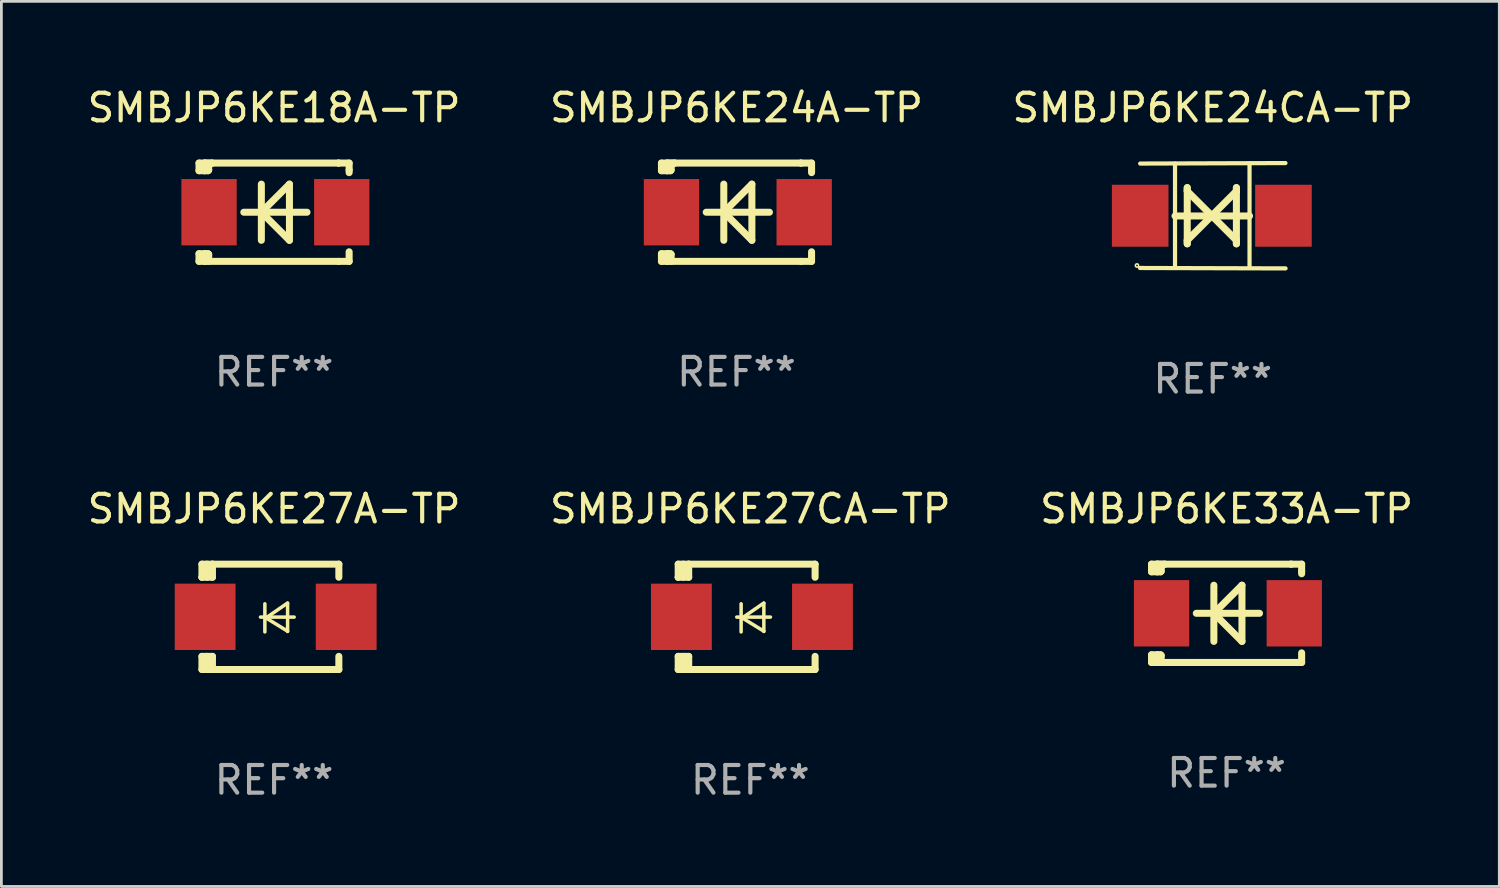
<source format=kicad_pcb>
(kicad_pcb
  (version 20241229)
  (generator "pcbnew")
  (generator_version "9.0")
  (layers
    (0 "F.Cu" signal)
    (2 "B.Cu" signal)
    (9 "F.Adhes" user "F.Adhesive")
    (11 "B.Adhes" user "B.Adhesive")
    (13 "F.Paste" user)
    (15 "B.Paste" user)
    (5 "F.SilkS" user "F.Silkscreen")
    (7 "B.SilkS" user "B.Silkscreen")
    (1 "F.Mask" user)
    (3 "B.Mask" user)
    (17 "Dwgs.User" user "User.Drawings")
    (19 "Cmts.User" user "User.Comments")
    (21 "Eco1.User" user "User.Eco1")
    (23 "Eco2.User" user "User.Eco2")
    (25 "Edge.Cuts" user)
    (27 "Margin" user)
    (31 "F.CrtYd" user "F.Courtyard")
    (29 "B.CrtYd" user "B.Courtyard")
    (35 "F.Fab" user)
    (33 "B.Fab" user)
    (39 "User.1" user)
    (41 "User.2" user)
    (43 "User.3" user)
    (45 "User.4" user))
  (footprint "SMBJP6KE24CA-TP"
    (layer "F.Cu")
    (at 40.815 4.753)
    (property "Reference" "SMBJP6KE24CA-TP" (at 0 -3.905 0) (layer "F.SilkS") (effects (font (size 1 1) (thickness 0.15))))
    (attr through_hole)
    (fp_line (start -1.365 1.886) (end -1.365 -1.886) (stroke (width 0.152) (type solid)) (layer "F.SilkS"))
    (fp_line (start -1.365 0.008) (end 1.33 0.008) (stroke (width 0.254) (type solid)) (layer "F.SilkS"))
    (fp_line (start -0.923 -1.016) (end -0.923 1.016) (stroke (width 0.254) (type solid)) (layer "F.SilkS"))
    (fp_line (start -0.923 -0.889) (end -0.923 -1.016) (stroke (width 0.254) (type solid)) (layer "F.SilkS"))
    (fp_line (start -0.923 0.889) (end -0.034 0) (stroke (width 0.254) (type solid)) (layer "F.SilkS"))
    (fp_line (start -0.923 1.016) (end -0.923 0.889) (stroke (width 0.254) (type solid)) (layer "F.SilkS"))
    (fp_line (start -0.034 0) (end -0.923 -0.889) (stroke (width 0.254) (type solid)) (layer "F.SilkS"))
    (fp_line (start -0.034 0) (end 0.855 0.889) (stroke (width 0.254) (type solid)) (layer "F.SilkS"))
    (fp_line (start 0.855 -1.016) (end 0.855 -0.889) (stroke (width 0.254) (type solid)) (layer "F.SilkS"))
    (fp_line (start 0.855 -0.889) (end -0.034 0) (stroke (width 0.254) (type solid)) (layer "F.SilkS"))
    (fp_line (start 0.855 0.889) (end 0.855 1.016) (stroke (width 0.254) (type solid)) (layer "F.SilkS"))
    (fp_line (start 0.855 1.016) (end 0.855 -1.016) (stroke (width 0.254) (type solid)) (layer "F.SilkS"))
    (fp_line (start 1.33 1.886) (end 1.33 -1.886) (stroke (width 0.152) (type solid)) (layer "F.SilkS"))
    (fp_line (start 2.629 -1.905) (end -2.625 -1.887) (stroke (width 0.152) (type solid)) (layer "F.SilkS"))
    (fp_line (start 2.633 1.905) (end -2.633 1.89) (stroke (width 0.152) (type solid)) (layer "F.SilkS"))
    (fp_circle (center -2.741 1.8) (end -2.712 1.8) (stroke (width 0.06) (type solid)) (fill no) (layer "F.SilkS"))
    (fp_text user "REF**" (at 0 5.905 0) (layer "F.Fab") (effects (font (size 1 1) (thickness 0.15))))
    (pad "1" smd rect (at -2.625 0) (size 2.047 2.241) (layers "F.Cu" "F.Mask" "F.Paste"))
    (pad "2" smd rect (at 2.557 0) (size 2.047 2.241) (layers "F.Cu" "F.Mask" "F.Paste")))
  (footprint "SMBJP6KE24A-TP"
    (layer "F.Cu")
    (at 23.589 4.626)
    (property "Reference" "SMBJP6KE24A-TP" (at 0 -3.778 0) (layer "F.SilkS") (effects (font (size 1 1) (thickness 0.15))))
    (attr through_hole)
    (fp_line (start -2.715 -1.778) (end -2.715 -1.501) (stroke (width 0.254) (type solid)) (layer "F.SilkS"))
    (fp_line (start -2.715 -1.501) (end -2.505 -1.501) (stroke (width 0.254) (type solid)) (layer "F.SilkS"))
    (fp_line (start -2.715 1.501) (end -2.715 1.778) (stroke (width 0.254) (type solid)) (layer "F.SilkS"))
    (fp_line (start -2.715 1.501) (end -2.505 1.501) (stroke (width 0.254) (type solid)) (layer "F.SilkS"))
    (fp_line (start -2.715 1.778) (end -2.504 1.778) (stroke (width 0.254) (type solid)) (layer "F.SilkS"))
    (fp_line (start -2.505 -1.778) (end -2.715 -1.778) (stroke (width 0.254) (type solid)) (layer "F.SilkS"))
    (fp_line (start -2.505 -1.778) (end -2.238 -1.778) (stroke (width 0.254) (type solid)) (layer "F.SilkS"))
    (fp_line (start -2.505 -1.501) (end -2.505 -1.651) (stroke (width 0.254) (type solid)) (layer "F.SilkS"))
    (fp_line (start -2.505 -1.501) (end -2.388 -1.501) (stroke (width 0.254) (type solid)) (layer "F.SilkS"))
    (fp_line (start -2.505 1.501) (end -2.505 1.778) (stroke (width 0.254) (type solid)) (layer "F.SilkS"))
    (fp_line (start -2.505 1.501) (end -2.388 1.501) (stroke (width 0.254) (type solid)) (layer "F.SilkS"))
    (fp_line (start -2.388 1.501) (end -2.365 1.524) (stroke (width 0.254) (type solid)) (layer "F.SilkS"))
    (fp_line (start -2.388 -1.501) (end -2.365 -1.524) (stroke (width 0.254) (type solid)) (layer "F.SilkS"))
    (fp_line (start -2.365 -1.651) (end -2.505 -1.778) (stroke (width 0.254) (type solid)) (layer "F.SilkS"))
    (fp_line (start -2.365 -1.524) (end -2.365 -1.651) (stroke (width 0.254) (type solid)) (layer "F.SilkS"))
    (fp_line (start -2.365 1.524) (end -2.365 1.778) (stroke (width 0.254) (type solid)) (layer "F.SilkS"))
    (fp_line (start -2.239 -1.778) (end 2.333 -1.778) (stroke (width 0.254) (type solid)) (layer "F.SilkS"))
    (fp_line (start -2.238 -1.778) (end -2.505 -1.778) (stroke (width 0.254) (type solid)) (layer "F.SilkS"))
    (fp_line (start -1.095 0) (end 1.191 0) (stroke (width 0.254) (type solid)) (layer "F.SilkS"))
    (fp_line (start -0.46 -1.016) (end -0.46 1.016) (stroke (width 0.254) (type solid)) (layer "F.SilkS"))
    (fp_line (start -0.46 -0.000127) (end 0.556 1.016) (stroke (width 0.254) (type solid)) (layer "F.SilkS"))
    (fp_line (start 0.556 -1.016) (end 0.556 1.016) (stroke (width 0.254) (type solid)) (layer "F.SilkS"))
    (fp_line (start 0.556 -1.016) (end -0.46 -0.000127) (stroke (width 0.254) (type solid)) (layer "F.SilkS"))
    (fp_line (start 2.333 -1.778) (end 2.333 -1.778) (stroke (width 0.254) (type solid)) (layer "F.SilkS"))
    (fp_line (start 2.333 -1.778) (end 2.715 -1.778) (stroke (width 0.254) (type solid)) (layer "F.SilkS"))
    (fp_line (start 2.334 1.778) (end -2.504 1.778) (stroke (width 0.254) (type solid)) (layer "F.SilkS"))
    (fp_line (start 2.715 -1.778) (end 2.715 -1.524) (stroke (width 0.254) (type solid)) (layer "F.SilkS"))
    (fp_line (start 2.715 -1.524) (end 2.715 -1.431) (stroke (width 0.254) (type solid)) (layer "F.SilkS"))
    (fp_line (start 2.715 1.431) (end 2.715 1.778) (stroke (width 0.254) (type solid)) (layer "F.SilkS"))
    (fp_line (start 2.715 1.778) (end 2.334 1.778) (stroke (width 0.254) (type solid)) (layer "F.SilkS"))
    (fp_circle (center -2.602 1.8) (end -2.572 1.8) (stroke (width 0.06) (type solid)) (fill no) (layer "F.SilkS"))
    (fp_text user "REF**" (at 0 5.778 0) (layer "F.Fab") (effects (font (size 1 1) (thickness 0.15))))
    (pad "1" smd rect (at -2.352 -0.000076) (size 2 2.4) (layers "F.Cu" "F.Mask" "F.Paste"))
    (pad "2" smd rect (at 2.448 -0.000076) (size 2 2.4) (layers "F.Cu" "F.Mask" "F.Paste")))
  (footprint "SMBJP6KE27A-TP"
    (layer "F.Cu")
    (at 6.863 19.26)
    (property "Reference" "SMBJP6KE27A-TP" (at 0 -3.905 0) (layer "F.SilkS") (effects (font (size 1 1) (thickness 0.15))))
    (attr through_hole)
    (fp_line (start -2.609 -1.905) (end -2.609 -1.431) (stroke (width 0.254) (type solid)) (layer "F.SilkS"))
    (fp_line (start -2.609 1.431) (end -2.609 1.905) (stroke (width 0.254) (type solid)) (layer "F.SilkS"))
    (fp_line (start -2.609 1.431) (end -2.229 1.431) (stroke (width 0.254) (type solid)) (layer "F.SilkS"))
    (fp_line (start -2.609 1.905) (end -2.229 1.905) (stroke (width 0.254) (type solid)) (layer "F.SilkS"))
    (fp_line (start -2.609 -1.431) (end -2.609 -1.431) (stroke (width 0.254) (type solid)) (layer "F.SilkS"))
    (fp_line (start -2.427 -1.431) (end -2.427 -1.905) (stroke (width 0.254) (type solid)) (layer "F.SilkS"))
    (fp_line (start -2.427 1.905) (end -2.427 1.431) (stroke (width 0.254) (type solid)) (layer "F.SilkS"))
    (fp_line (start -2.229 -1.905) (end -2.609 -1.905) (stroke (width 0.254) (type solid)) (layer "F.SilkS"))
    (fp_line (start -2.229 -1.905) (end 2.343 -1.905) (stroke (width 0.254) (type solid)) (layer "F.SilkS"))
    (fp_line (start -2.229 -1.431) (end -2.609 -1.431) (stroke (width 0.254) (type solid)) (layer "F.SilkS"))
    (fp_line (start -2.229 -1.431) (end -2.229 -1.905) (stroke (width 0.254) (type solid)) (layer "F.SilkS"))
    (fp_line (start -2.229 1.905) (end -2.229 1.431) (stroke (width 0.254) (type solid)) (layer "F.SilkS"))
    (fp_line (start -0.491 0.01) (end 0.727 0.01) (stroke (width 0.127) (type solid)) (layer "F.SilkS"))
    (fp_line (start -0.333 -0.47) (end -0.333 0.546) (stroke (width 0.127) (type solid)) (layer "F.SilkS"))
    (fp_line (start -0.293 0.04) (end 0.489 0.52) (stroke (width 0.127) (type solid)) (layer "F.SilkS"))
    (fp_line (start 0.489 -0.5) (end -0.293 0.04) (stroke (width 0.127) (type solid)) (layer "F.SilkS"))
    (fp_line (start 0.489 0.53) (end 0.489 -0.486) (stroke (width 0.127) (type solid)) (layer "F.SilkS"))
    (fp_line (start 2.343 -1.905) (end 2.343 -1.431) (stroke (width 0.254) (type solid)) (layer "F.SilkS"))
    (fp_line (start 2.343 1.431) (end 2.343 1.905) (stroke (width 0.254) (type solid)) (layer "F.SilkS"))
    (fp_line (start 2.343 1.905) (end -2.229 1.905) (stroke (width 0.254) (type solid)) (layer "F.SilkS"))
    (fp_circle (center -2.643 1.8) (end -2.613 1.8) (stroke (width 0.06) (type solid)) (fill no) (layer "F.SilkS"))
    (fp_text user "REF**" (at 0 5.905 0) (layer "F.Fab") (effects (font (size 1 1) (thickness 0.15))))
    (pad "1" smd rect (at -2.493 0) (size 2.2 2.4) (layers "F.Cu" "F.Mask" "F.Paste"))
    (pad "2" smd rect (at 2.609 0) (size 2.2 2.4) (layers "F.Cu" "F.Mask" "F.Paste")))
  (footprint "SMBJP6KE33A-TP"
    (layer "F.Cu")
    (at 41.315 19.133)
    (property "Reference" "SMBJP6KE33A-TP" (at 0 -3.778 0) (layer "F.SilkS") (effects (font (size 1 1) (thickness 0.15))))
    (attr through_hole)
    (fp_line (start -2.715 -1.778) (end -2.715 -1.501) (stroke (width 0.254) (type solid)) (layer "F.SilkS"))
    (fp_line (start -2.715 -1.501) (end -2.505 -1.501) (stroke (width 0.254) (type solid)) (layer "F.SilkS"))
    (fp_line (start -2.715 1.501) (end -2.715 1.778) (stroke (width 0.254) (type solid)) (layer "F.SilkS"))
    (fp_line (start -2.715 1.501) (end -2.505 1.501) (stroke (width 0.254) (type solid)) (layer "F.SilkS"))
    (fp_line (start -2.715 1.778) (end -2.504 1.778) (stroke (width 0.254) (type solid)) (layer "F.SilkS"))
    (fp_line (start -2.505 -1.778) (end -2.715 -1.778) (stroke (width 0.254) (type solid)) (layer "F.SilkS"))
    (fp_line (start -2.505 -1.778) (end -2.238 -1.778) (stroke (width 0.254) (type solid)) (layer "F.SilkS"))
    (fp_line (start -2.505 -1.501) (end -2.505 -1.651) (stroke (width 0.254) (type solid)) (layer "F.SilkS"))
    (fp_line (start -2.505 -1.501) (end -2.388 -1.501) (stroke (width 0.254) (type solid)) (layer "F.SilkS"))
    (fp_line (start -2.505 1.501) (end -2.505 1.778) (stroke (width 0.254) (type solid)) (layer "F.SilkS"))
    (fp_line (start -2.505 1.501) (end -2.388 1.501) (stroke (width 0.254) (type solid)) (layer "F.SilkS"))
    (fp_line (start -2.388 1.501) (end -2.365 1.524) (stroke (width 0.254) (type solid)) (layer "F.SilkS"))
    (fp_line (start -2.388 -1.501) (end -2.365 -1.524) (stroke (width 0.254) (type solid)) (layer "F.SilkS"))
    (fp_line (start -2.365 -1.651) (end -2.505 -1.778) (stroke (width 0.254) (type solid)) (layer "F.SilkS"))
    (fp_line (start -2.365 -1.524) (end -2.365 -1.651) (stroke (width 0.254) (type solid)) (layer "F.SilkS"))
    (fp_line (start -2.365 1.524) (end -2.365 1.778) (stroke (width 0.254) (type solid)) (layer "F.SilkS"))
    (fp_line (start -2.239 -1.778) (end 2.333 -1.778) (stroke (width 0.254) (type solid)) (layer "F.SilkS"))
    (fp_line (start -2.238 -1.778) (end -2.505 -1.778) (stroke (width 0.254) (type solid)) (layer "F.SilkS"))
    (fp_line (start -1.095 0) (end 1.191 0) (stroke (width 0.254) (type solid)) (layer "F.SilkS"))
    (fp_line (start -0.46 -1.016) (end -0.46 1.016) (stroke (width 0.254) (type solid)) (layer "F.SilkS"))
    (fp_line (start -0.46 -0.000127) (end 0.556 1.016) (stroke (width 0.254) (type solid)) (layer "F.SilkS"))
    (fp_line (start 0.556 -1.016) (end 0.556 1.016) (stroke (width 0.254) (type solid)) (layer "F.SilkS"))
    (fp_line (start 0.556 -1.016) (end -0.46 -0.000127) (stroke (width 0.254) (type solid)) (layer "F.SilkS"))
    (fp_line (start 2.333 -1.778) (end 2.333 -1.778) (stroke (width 0.254) (type solid)) (layer "F.SilkS"))
    (fp_line (start 2.333 -1.778) (end 2.715 -1.778) (stroke (width 0.254) (type solid)) (layer "F.SilkS"))
    (fp_line (start 2.334 1.778) (end -2.504 1.778) (stroke (width 0.254) (type solid)) (layer "F.SilkS"))
    (fp_line (start 2.715 -1.778) (end 2.715 -1.524) (stroke (width 0.254) (type solid)) (layer "F.SilkS"))
    (fp_line (start 2.715 -1.524) (end 2.715 -1.431) (stroke (width 0.254) (type solid)) (layer "F.SilkS"))
    (fp_line (start 2.715 1.431) (end 2.715 1.778) (stroke (width 0.254) (type solid)) (layer "F.SilkS"))
    (fp_line (start 2.715 1.778) (end 2.334 1.778) (stroke (width 0.254) (type solid)) (layer "F.SilkS"))
    (fp_circle (center -2.602 1.8) (end -2.572 1.8) (stroke (width 0.06) (type solid)) (fill no) (layer "F.SilkS"))
    (fp_text user "REF**" (at 0 5.778 0) (layer "F.Fab") (effects (font (size 1 1) (thickness 0.15))))
    (pad "1" smd rect (at -2.352 -0.000076) (size 2 2.4) (layers "F.Cu" "F.Mask" "F.Paste"))
    (pad "2" smd rect (at 2.448 -0.000076) (size 2 2.4) (layers "F.Cu" "F.Mask" "F.Paste")))
  (footprint "SMBJP6KE18A-TP"
    (layer "F.Cu")
    (at 6.863 4.626)
    (property "Reference" "SMBJP6KE18A-TP" (at 0 -3.778 0) (layer "F.SilkS") (effects (font (size 1 1) (thickness 0.15))))
    (attr through_hole)
    (fp_line (start -2.715 -1.778) (end -2.715 -1.501) (stroke (width 0.254) (type solid)) (layer "F.SilkS"))
    (fp_line (start -2.715 -1.501) (end -2.505 -1.501) (stroke (width 0.254) (type solid)) (layer "F.SilkS"))
    (fp_line (start -2.715 1.501) (end -2.715 1.778) (stroke (width 0.254) (type solid)) (layer "F.SilkS"))
    (fp_line (start -2.715 1.501) (end -2.505 1.501) (stroke (width 0.254) (type solid)) (layer "F.SilkS"))
    (fp_line (start -2.715 1.778) (end -2.504 1.778) (stroke (width 0.254) (type solid)) (layer "F.SilkS"))
    (fp_line (start -2.505 -1.778) (end -2.715 -1.778) (stroke (width 0.254) (type solid)) (layer "F.SilkS"))
    (fp_line (start -2.505 -1.778) (end -2.238 -1.778) (stroke (width 0.254) (type solid)) (layer "F.SilkS"))
    (fp_line (start -2.505 -1.501) (end -2.505 -1.651) (stroke (width 0.254) (type solid)) (layer "F.SilkS"))
    (fp_line (start -2.505 -1.501) (end -2.388 -1.501) (stroke (width 0.254) (type solid)) (layer "F.SilkS"))
    (fp_line (start -2.505 1.501) (end -2.505 1.778) (stroke (width 0.254) (type solid)) (layer "F.SilkS"))
    (fp_line (start -2.505 1.501) (end -2.388 1.501) (stroke (width 0.254) (type solid)) (layer "F.SilkS"))
    (fp_line (start -2.388 1.501) (end -2.365 1.524) (stroke (width 0.254) (type solid)) (layer "F.SilkS"))
    (fp_line (start -2.388 -1.501) (end -2.365 -1.524) (stroke (width 0.254) (type solid)) (layer "F.SilkS"))
    (fp_line (start -2.365 -1.651) (end -2.505 -1.778) (stroke (width 0.254) (type solid)) (layer "F.SilkS"))
    (fp_line (start -2.365 -1.524) (end -2.365 -1.651) (stroke (width 0.254) (type solid)) (layer "F.SilkS"))
    (fp_line (start -2.365 1.524) (end -2.365 1.778) (stroke (width 0.254) (type solid)) (layer "F.SilkS"))
    (fp_line (start -2.239 -1.778) (end 2.333 -1.778) (stroke (width 0.254) (type solid)) (layer "F.SilkS"))
    (fp_line (start -2.238 -1.778) (end -2.505 -1.778) (stroke (width 0.254) (type solid)) (layer "F.SilkS"))
    (fp_line (start -1.095 0) (end 1.191 0) (stroke (width 0.254) (type solid)) (layer "F.SilkS"))
    (fp_line (start -0.46 -1.016) (end -0.46 1.016) (stroke (width 0.254) (type solid)) (layer "F.SilkS"))
    (fp_line (start -0.46 -0.000127) (end 0.556 1.016) (stroke (width 0.254) (type solid)) (layer "F.SilkS"))
    (fp_line (start 0.556 -1.016) (end 0.556 1.016) (stroke (width 0.254) (type solid)) (layer "F.SilkS"))
    (fp_line (start 0.556 -1.016) (end -0.46 -0.000127) (stroke (width 0.254) (type solid)) (layer "F.SilkS"))
    (fp_line (start 2.333 -1.778) (end 2.333 -1.778) (stroke (width 0.254) (type solid)) (layer "F.SilkS"))
    (fp_line (start 2.333 -1.778) (end 2.715 -1.778) (stroke (width 0.254) (type solid)) (layer "F.SilkS"))
    (fp_line (start 2.334 1.778) (end -2.504 1.778) (stroke (width 0.254) (type solid)) (layer "F.SilkS"))
    (fp_line (start 2.715 -1.778) (end 2.715 -1.524) (stroke (width 0.254) (type solid)) (layer "F.SilkS"))
    (fp_line (start 2.715 -1.524) (end 2.715 -1.431) (stroke (width 0.254) (type solid)) (layer "F.SilkS"))
    (fp_line (start 2.715 1.431) (end 2.715 1.778) (stroke (width 0.254) (type solid)) (layer "F.SilkS"))
    (fp_line (start 2.715 1.778) (end 2.334 1.778) (stroke (width 0.254) (type solid)) (layer "F.SilkS"))
    (fp_circle (center -2.602 1.8) (end -2.572 1.8) (stroke (width 0.06) (type solid)) (fill no) (layer "F.SilkS"))
    (fp_text user "REF**" (at 0 5.778 0) (layer "F.Fab") (effects (font (size 1 1) (thickness 0.15))))
    (pad "1" smd rect (at -2.352 -0.000076) (size 2 2.4) (layers "F.Cu" "F.Mask" "F.Paste"))
    (pad "2" smd rect (at 2.448 -0.000076) (size 2 2.4) (layers "F.Cu" "F.Mask" "F.Paste")))
  (footprint "SMBJP6KE27CA-TP"
    (layer "F.Cu")
    (at 24.089 19.26)
    (property "Reference" "SMBJP6KE27CA-TP" (at 0 -3.905 0) (layer "F.SilkS") (effects (font (size 1 1) (thickness 0.15))))
    (attr through_hole)
    (fp_line (start -2.609 -1.905) (end -2.609 -1.431) (stroke (width 0.254) (type solid)) (layer "F.SilkS"))
    (fp_line (start -2.609 1.431) (end -2.609 1.905) (stroke (width 0.254) (type solid)) (layer "F.SilkS"))
    (fp_line (start -2.609 1.431) (end -2.229 1.431) (stroke (width 0.254) (type solid)) (layer "F.SilkS"))
    (fp_line (start -2.609 1.905) (end -2.229 1.905) (stroke (width 0.254) (type solid)) (layer "F.SilkS"))
    (fp_line (start -2.609 -1.431) (end -2.609 -1.431) (stroke (width 0.254) (type solid)) (layer "F.SilkS"))
    (fp_line (start -2.427 -1.431) (end -2.427 -1.905) (stroke (width 0.254) (type solid)) (layer "F.SilkS"))
    (fp_line (start -2.427 1.905) (end -2.427 1.431) (stroke (width 0.254) (type solid)) (layer "F.SilkS"))
    (fp_line (start -2.229 -1.905) (end -2.609 -1.905) (stroke (width 0.254) (type solid)) (layer "F.SilkS"))
    (fp_line (start -2.229 -1.905) (end 2.343 -1.905) (stroke (width 0.254) (type solid)) (layer "F.SilkS"))
    (fp_line (start -2.229 -1.431) (end -2.609 -1.431) (stroke (width 0.254) (type solid)) (layer "F.SilkS"))
    (fp_line (start -2.229 -1.431) (end -2.229 -1.905) (stroke (width 0.254) (type solid)) (layer "F.SilkS"))
    (fp_line (start -2.229 1.905) (end -2.229 1.431) (stroke (width 0.254) (type solid)) (layer "F.SilkS"))
    (fp_line (start -0.491 0.01) (end 0.727 0.01) (stroke (width 0.127) (type solid)) (layer "F.SilkS"))
    (fp_line (start -0.333 -0.47) (end -0.333 0.546) (stroke (width 0.127) (type solid)) (layer "F.SilkS"))
    (fp_line (start -0.293 0.04) (end 0.489 0.52) (stroke (width 0.127) (type solid)) (layer "F.SilkS"))
    (fp_line (start 0.489 -0.5) (end -0.293 0.04) (stroke (width 0.127) (type solid)) (layer "F.SilkS"))
    (fp_line (start 0.489 0.53) (end 0.489 -0.486) (stroke (width 0.127) (type solid)) (layer "F.SilkS"))
    (fp_line (start 2.343 -1.905) (end 2.343 -1.431) (stroke (width 0.254) (type solid)) (layer "F.SilkS"))
    (fp_line (start 2.343 1.431) (end 2.343 1.905) (stroke (width 0.254) (type solid)) (layer "F.SilkS"))
    (fp_line (start 2.343 1.905) (end -2.229 1.905) (stroke (width 0.254) (type solid)) (layer "F.SilkS"))
    (fp_circle (center -2.643 1.8) (end -2.613 1.8) (stroke (width 0.06) (type solid)) (fill no) (layer "F.SilkS"))
    (fp_text user "REF**" (at 0 5.905 0) (layer "F.Fab") (effects (font (size 1 1) (thickness 0.15))))
    (pad "1" smd rect (at -2.493 0) (size 2.2 2.4) (layers "F.Cu" "F.Mask" "F.Paste"))
    (pad "2" smd rect (at 2.609 0) (size 2.2 2.4) (layers "F.Cu" "F.Mask" "F.Paste")))
  (gr_rect
    (start -3 -3)
    (end 51.179 29.013)
    (stroke (width 0.1) (type default))
    (fill no)
    (layer "Edge.Cuts")))
</source>
